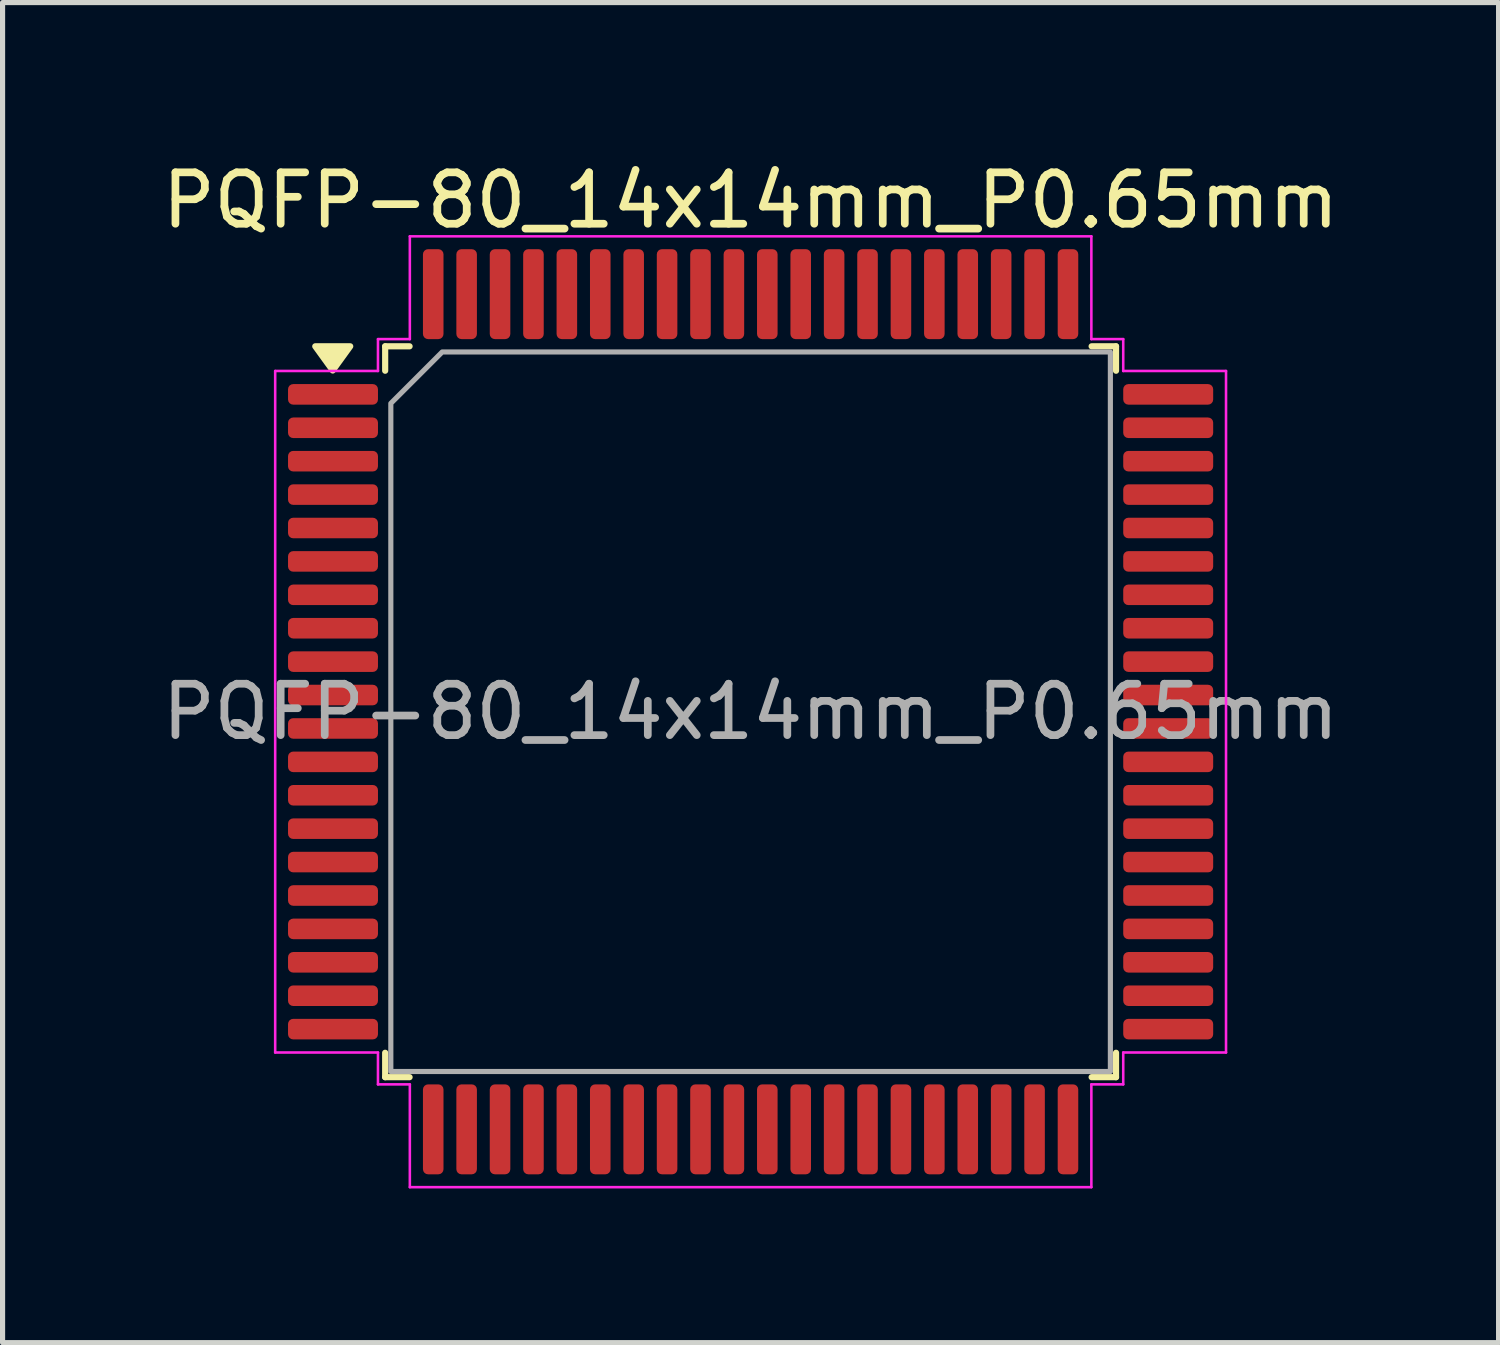
<source format=kicad_pcb>
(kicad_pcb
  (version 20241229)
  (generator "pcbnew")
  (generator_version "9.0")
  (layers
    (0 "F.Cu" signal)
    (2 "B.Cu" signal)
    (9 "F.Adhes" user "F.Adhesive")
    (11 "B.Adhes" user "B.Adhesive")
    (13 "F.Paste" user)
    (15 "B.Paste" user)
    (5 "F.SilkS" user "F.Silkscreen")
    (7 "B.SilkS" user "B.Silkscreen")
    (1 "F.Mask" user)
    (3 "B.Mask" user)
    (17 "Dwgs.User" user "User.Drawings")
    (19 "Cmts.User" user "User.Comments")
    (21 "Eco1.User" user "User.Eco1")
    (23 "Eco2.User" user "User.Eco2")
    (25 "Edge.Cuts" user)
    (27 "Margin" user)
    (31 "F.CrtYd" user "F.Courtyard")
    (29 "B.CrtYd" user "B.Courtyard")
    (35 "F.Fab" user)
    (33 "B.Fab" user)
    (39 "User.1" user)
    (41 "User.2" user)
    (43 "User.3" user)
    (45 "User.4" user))
  (footprint "PQFP-80_14x14mm_P0.65mm"
    (layer "F.Cu")
    (at 11.554 10.798)
    (property "Reference" "PQFP-80_14x14mm_P0.65mm" (at 0 -9.95 0) (layer "F.SilkS") (effects (font (size 1 1) (thickness 0.15))))
    (attr smd)
    (fp_line (start -7.11 -7.11) (end -6.635 -7.11) (stroke (width 0.12) (type solid)) (layer "F.SilkS"))
    (fp_line (start -7.11 -6.635) (end -7.11 -7.11) (stroke (width 0.12) (type solid)) (layer "F.SilkS"))
    (fp_line (start -7.11 7.11) (end -7.11 6.635) (stroke (width 0.12) (type solid)) (layer "F.SilkS"))
    (fp_line (start -6.635 7.11) (end -7.11 7.11) (stroke (width 0.12) (type solid)) (layer "F.SilkS"))
    (fp_line (start 6.635 -7.11) (end 7.11 -7.11) (stroke (width 0.12) (type solid)) (layer "F.SilkS"))
    (fp_line (start 7.11 -7.11) (end 7.11 -6.635) (stroke (width 0.12) (type solid)) (layer "F.SilkS"))
    (fp_line (start 7.11 6.635) (end 7.11 7.11) (stroke (width 0.12) (type solid)) (layer "F.SilkS"))
    (fp_line (start 7.11 7.11) (end 6.635 7.11) (stroke (width 0.12) (type solid)) (layer "F.SilkS"))
    (fp_poly (pts (xy -8.13 -6.64) (xy -8.47 -7.11) (xy -7.79 -7.11)) (stroke (width 0.12) (type solid)) (fill yes) (layer "F.SilkS"))
    (fp_line (start -9.25 -6.63) (end -7.25 -6.63) (stroke (width 0.05) (type solid)) (layer "F.CrtYd"))
    (fp_line (start -9.25 6.63) (end -9.25 -6.63) (stroke (width 0.05) (type solid)) (layer "F.CrtYd"))
    (fp_line (start -7.25 -7.25) (end -6.63 -7.25) (stroke (width 0.05) (type solid)) (layer "F.CrtYd"))
    (fp_line (start -7.25 -6.63) (end -7.25 -7.25) (stroke (width 0.05) (type solid)) (layer "F.CrtYd"))
    (fp_line (start -7.25 6.63) (end -9.25 6.63) (stroke (width 0.05) (type solid)) (layer "F.CrtYd"))
    (fp_line (start -7.25 7.25) (end -7.25 6.63) (stroke (width 0.05) (type solid)) (layer "F.CrtYd"))
    (fp_line (start -6.63 -9.25) (end 6.63 -9.25) (stroke (width 0.05) (type solid)) (layer "F.CrtYd"))
    (fp_line (start -6.63 -7.25) (end -6.63 -9.25) (stroke (width 0.05) (type solid)) (layer "F.CrtYd"))
    (fp_line (start -6.63 7.25) (end -7.25 7.25) (stroke (width 0.05) (type solid)) (layer "F.CrtYd"))
    (fp_line (start -6.63 9.25) (end -6.63 7.25) (stroke (width 0.05) (type solid)) (layer "F.CrtYd"))
    (fp_line (start 6.63 -9.25) (end 6.63 -7.25) (stroke (width 0.05) (type solid)) (layer "F.CrtYd"))
    (fp_line (start 6.63 -7.25) (end 7.25 -7.25) (stroke (width 0.05) (type solid)) (layer "F.CrtYd"))
    (fp_line (start 6.63 7.25) (end 6.63 9.25) (stroke (width 0.05) (type solid)) (layer "F.CrtYd"))
    (fp_line (start 6.63 9.25) (end -6.63 9.25) (stroke (width 0.05) (type solid)) (layer "F.CrtYd"))
    (fp_line (start 7.25 -7.25) (end 7.25 -6.63) (stroke (width 0.05) (type solid)) (layer "F.CrtYd"))
    (fp_line (start 7.25 -6.63) (end 9.25 -6.63) (stroke (width 0.05) (type solid)) (layer "F.CrtYd"))
    (fp_line (start 7.25 6.63) (end 7.25 7.25) (stroke (width 0.05) (type solid)) (layer "F.CrtYd"))
    (fp_line (start 7.25 7.25) (end 6.63 7.25) (stroke (width 0.05) (type solid)) (layer "F.CrtYd"))
    (fp_line (start 9.25 -6.63) (end 9.25 6.63) (stroke (width 0.05) (type solid)) (layer "F.CrtYd"))
    (fp_line (start 9.25 6.63) (end 7.25 6.63) (stroke (width 0.05) (type solid)) (layer "F.CrtYd"))
    (fp_poly (pts (xy -7 -6) (xy -7 7) (xy 7 7) (xy 7 -7) (xy -6 -7)) (stroke (width 0.1) (type solid)) (fill no) (layer "F.Fab"))
    (fp_text user "${REFERENCE}" (at 0 0 0) (layer "F.Fab") (effects (font (size 1 1) (thickness 0.15))))
    (pad "1" smd roundrect (at -8.125 -6.175) (size 1.75 0.4) (layers "F.Cu" "F.Mask" "F.Paste") (roundrect_rratio 0.25))
    (pad "2" smd roundrect (at -8.125 -5.525) (size 1.75 0.4) (layers "F.Cu" "F.Mask" "F.Paste") (roundrect_rratio 0.25))
    (pad "3" smd roundrect (at -8.125 -4.875) (size 1.75 0.4) (layers "F.Cu" "F.Mask" "F.Paste") (roundrect_rratio 0.25))
    (pad "4" smd roundrect (at -8.125 -4.225) (size 1.75 0.4) (layers "F.Cu" "F.Mask" "F.Paste") (roundrect_rratio 0.25))
    (pad "5" smd roundrect (at -8.125 -3.575) (size 1.75 0.4) (layers "F.Cu" "F.Mask" "F.Paste") (roundrect_rratio 0.25))
    (pad "6" smd roundrect (at -8.125 -2.925) (size 1.75 0.4) (layers "F.Cu" "F.Mask" "F.Paste") (roundrect_rratio 0.25))
    (pad "7" smd roundrect (at -8.125 -2.275) (size 1.75 0.4) (layers "F.Cu" "F.Mask" "F.Paste") (roundrect_rratio 0.25))
    (pad "8" smd roundrect (at -8.125 -1.625) (size 1.75 0.4) (layers "F.Cu" "F.Mask" "F.Paste") (roundrect_rratio 0.25))
    (pad "9" smd roundrect (at -8.125 -0.975) (size 1.75 0.4) (layers "F.Cu" "F.Mask" "F.Paste") (roundrect_rratio 0.25))
    (pad "10" smd roundrect (at -8.125 -0.325) (size 1.75 0.4) (layers "F.Cu" "F.Mask" "F.Paste") (roundrect_rratio 0.25))
    (pad "11" smd roundrect (at -8.125 0.325) (size 1.75 0.4) (layers "F.Cu" "F.Mask" "F.Paste") (roundrect_rratio 0.25))
    (pad "12" smd roundrect (at -8.125 0.975) (size 1.75 0.4) (layers "F.Cu" "F.Mask" "F.Paste") (roundrect_rratio 0.25))
    (pad "13" smd roundrect (at -8.125 1.625) (size 1.75 0.4) (layers "F.Cu" "F.Mask" "F.Paste") (roundrect_rratio 0.25))
    (pad "14" smd roundrect (at -8.125 2.275) (size 1.75 0.4) (layers "F.Cu" "F.Mask" "F.Paste") (roundrect_rratio 0.25))
    (pad "15" smd roundrect (at -8.125 2.925) (size 1.75 0.4) (layers "F.Cu" "F.Mask" "F.Paste") (roundrect_rratio 0.25))
    (pad "16" smd roundrect (at -8.125 3.575) (size 1.75 0.4) (layers "F.Cu" "F.Mask" "F.Paste") (roundrect_rratio 0.25))
    (pad "17" smd roundrect (at -8.125 4.225) (size 1.75 0.4) (layers "F.Cu" "F.Mask" "F.Paste") (roundrect_rratio 0.25))
    (pad "18" smd roundrect (at -8.125 4.875) (size 1.75 0.4) (layers "F.Cu" "F.Mask" "F.Paste") (roundrect_rratio 0.25))
    (pad "19" smd roundrect (at -8.125 5.525) (size 1.75 0.4) (layers "F.Cu" "F.Mask" "F.Paste") (roundrect_rratio 0.25))
    (pad "20" smd roundrect (at -8.125 6.175) (size 1.75 0.4) (layers "F.Cu" "F.Mask" "F.Paste") (roundrect_rratio 0.25))
    (pad "21" smd roundrect (at -6.175 8.125) (size 0.4 1.75) (layers "F.Cu" "F.Mask" "F.Paste") (roundrect_rratio 0.25))
    (pad "22" smd roundrect (at -5.525 8.125) (size 0.4 1.75) (layers "F.Cu" "F.Mask" "F.Paste") (roundrect_rratio 0.25))
    (pad "23" smd roundrect (at -4.875 8.125) (size 0.4 1.75) (layers "F.Cu" "F.Mask" "F.Paste") (roundrect_rratio 0.25))
    (pad "24" smd roundrect (at -4.225 8.125) (size 0.4 1.75) (layers "F.Cu" "F.Mask" "F.Paste") (roundrect_rratio 0.25))
    (pad "25" smd roundrect (at -3.575 8.125) (size 0.4 1.75) (layers "F.Cu" "F.Mask" "F.Paste") (roundrect_rratio 0.25))
    (pad "26" smd roundrect (at -2.925 8.125) (size 0.4 1.75) (layers "F.Cu" "F.Mask" "F.Paste") (roundrect_rratio 0.25))
    (pad "27" smd roundrect (at -2.275 8.125) (size 0.4 1.75) (layers "F.Cu" "F.Mask" "F.Paste") (roundrect_rratio 0.25))
    (pad "28" smd roundrect (at -1.625 8.125) (size 0.4 1.75) (layers "F.Cu" "F.Mask" "F.Paste") (roundrect_rratio 0.25))
    (pad "29" smd roundrect (at -0.975 8.125) (size 0.4 1.75) (layers "F.Cu" "F.Mask" "F.Paste") (roundrect_rratio 0.25))
    (pad "30" smd roundrect (at -0.325 8.125) (size 0.4 1.75) (layers "F.Cu" "F.Mask" "F.Paste") (roundrect_rratio 0.25))
    (pad "31" smd roundrect (at 0.325 8.125) (size 0.4 1.75) (layers "F.Cu" "F.Mask" "F.Paste") (roundrect_rratio 0.25))
    (pad "32" smd roundrect (at 0.975 8.125) (size 0.4 1.75) (layers "F.Cu" "F.Mask" "F.Paste") (roundrect_rratio 0.25))
    (pad "33" smd roundrect (at 1.625 8.125) (size 0.4 1.75) (layers "F.Cu" "F.Mask" "F.Paste") (roundrect_rratio 0.25))
    (pad "34" smd roundrect (at 2.275 8.125) (size 0.4 1.75) (layers "F.Cu" "F.Mask" "F.Paste") (roundrect_rratio 0.25))
    (pad "35" smd roundrect (at 2.925 8.125) (size 0.4 1.75) (layers "F.Cu" "F.Mask" "F.Paste") (roundrect_rratio 0.25))
    (pad "36" smd roundrect (at 3.575 8.125) (size 0.4 1.75) (layers "F.Cu" "F.Mask" "F.Paste") (roundrect_rratio 0.25))
    (pad "37" smd roundrect (at 4.225 8.125) (size 0.4 1.75) (layers "F.Cu" "F.Mask" "F.Paste") (roundrect_rratio 0.25))
    (pad "38" smd roundrect (at 4.875 8.125) (size 0.4 1.75) (layers "F.Cu" "F.Mask" "F.Paste") (roundrect_rratio 0.25))
    (pad "39" smd roundrect (at 5.525 8.125) (size 0.4 1.75) (layers "F.Cu" "F.Mask" "F.Paste") (roundrect_rratio 0.25))
    (pad "40" smd roundrect (at 6.175 8.125) (size 0.4 1.75) (layers "F.Cu" "F.Mask" "F.Paste") (roundrect_rratio 0.25))
    (pad "41" smd roundrect (at 8.125 6.175) (size 1.75 0.4) (layers "F.Cu" "F.Mask" "F.Paste") (roundrect_rratio 0.25))
    (pad "42" smd roundrect (at 8.125 5.525) (size 1.75 0.4) (layers "F.Cu" "F.Mask" "F.Paste") (roundrect_rratio 0.25))
    (pad "43" smd roundrect (at 8.125 4.875) (size 1.75 0.4) (layers "F.Cu" "F.Mask" "F.Paste") (roundrect_rratio 0.25))
    (pad "44" smd roundrect (at 8.125 4.225) (size 1.75 0.4) (layers "F.Cu" "F.Mask" "F.Paste") (roundrect_rratio 0.25))
    (pad "45" smd roundrect (at 8.125 3.575) (size 1.75 0.4) (layers "F.Cu" "F.Mask" "F.Paste") (roundrect_rratio 0.25))
    (pad "46" smd roundrect (at 8.125 2.925) (size 1.75 0.4) (layers "F.Cu" "F.Mask" "F.Paste") (roundrect_rratio 0.25))
    (pad "47" smd roundrect (at 8.125 2.275) (size 1.75 0.4) (layers "F.Cu" "F.Mask" "F.Paste") (roundrect_rratio 0.25))
    (pad "48" smd roundrect (at 8.125 1.625) (size 1.75 0.4) (layers "F.Cu" "F.Mask" "F.Paste") (roundrect_rratio 0.25))
    (pad "49" smd roundrect (at 8.125 0.975) (size 1.75 0.4) (layers "F.Cu" "F.Mask" "F.Paste") (roundrect_rratio 0.25))
    (pad "50" smd roundrect (at 8.125 0.325) (size 1.75 0.4) (layers "F.Cu" "F.Mask" "F.Paste") (roundrect_rratio 0.25))
    (pad "51" smd roundrect (at 8.125 -0.325) (size 1.75 0.4) (layers "F.Cu" "F.Mask" "F.Paste") (roundrect_rratio 0.25))
    (pad "52" smd roundrect (at 8.125 -0.975) (size 1.75 0.4) (layers "F.Cu" "F.Mask" "F.Paste") (roundrect_rratio 0.25))
    (pad "53" smd roundrect (at 8.125 -1.625) (size 1.75 0.4) (layers "F.Cu" "F.Mask" "F.Paste") (roundrect_rratio 0.25))
    (pad "54" smd roundrect (at 8.125 -2.275) (size 1.75 0.4) (layers "F.Cu" "F.Mask" "F.Paste") (roundrect_rratio 0.25))
    (pad "55" smd roundrect (at 8.125 -2.925) (size 1.75 0.4) (layers "F.Cu" "F.Mask" "F.Paste") (roundrect_rratio 0.25))
    (pad "56" smd roundrect (at 8.125 -3.575) (size 1.75 0.4) (layers "F.Cu" "F.Mask" "F.Paste") (roundrect_rratio 0.25))
    (pad "57" smd roundrect (at 8.125 -4.225) (size 1.75 0.4) (layers "F.Cu" "F.Mask" "F.Paste") (roundrect_rratio 0.25))
    (pad "58" smd roundrect (at 8.125 -4.875) (size 1.75 0.4) (layers "F.Cu" "F.Mask" "F.Paste") (roundrect_rratio 0.25))
    (pad "59" smd roundrect (at 8.125 -5.525) (size 1.75 0.4) (layers "F.Cu" "F.Mask" "F.Paste") (roundrect_rratio 0.25))
    (pad "60" smd roundrect (at 8.125 -6.175) (size 1.75 0.4) (layers "F.Cu" "F.Mask" "F.Paste") (roundrect_rratio 0.25))
    (pad "61" smd roundrect (at 6.175 -8.125) (size 0.4 1.75) (layers "F.Cu" "F.Mask" "F.Paste") (roundrect_rratio 0.25))
    (pad "62" smd roundrect (at 5.525 -8.125) (size 0.4 1.75) (layers "F.Cu" "F.Mask" "F.Paste") (roundrect_rratio 0.25))
    (pad "63" smd roundrect (at 4.875 -8.125) (size 0.4 1.75) (layers "F.Cu" "F.Mask" "F.Paste") (roundrect_rratio 0.25))
    (pad "64" smd roundrect (at 4.225 -8.125) (size 0.4 1.75) (layers "F.Cu" "F.Mask" "F.Paste") (roundrect_rratio 0.25))
    (pad "65" smd roundrect (at 3.575 -8.125) (size 0.4 1.75) (layers "F.Cu" "F.Mask" "F.Paste") (roundrect_rratio 0.25))
    (pad "66" smd roundrect (at 2.925 -8.125) (size 0.4 1.75) (layers "F.Cu" "F.Mask" "F.Paste") (roundrect_rratio 0.25))
    (pad "67" smd roundrect (at 2.275 -8.125) (size 0.4 1.75) (layers "F.Cu" "F.Mask" "F.Paste") (roundrect_rratio 0.25))
    (pad "68" smd roundrect (at 1.625 -8.125) (size 0.4 1.75) (layers "F.Cu" "F.Mask" "F.Paste") (roundrect_rratio 0.25))
    (pad "69" smd roundrect (at 0.975 -8.125) (size 0.4 1.75) (layers "F.Cu" "F.Mask" "F.Paste") (roundrect_rratio 0.25))
    (pad "70" smd roundrect (at 0.325 -8.125) (size 0.4 1.75) (layers "F.Cu" "F.Mask" "F.Paste") (roundrect_rratio 0.25))
    (pad "71" smd roundrect (at -0.325 -8.125) (size 0.4 1.75) (layers "F.Cu" "F.Mask" "F.Paste") (roundrect_rratio 0.25))
    (pad "72" smd roundrect (at -0.975 -8.125) (size 0.4 1.75) (layers "F.Cu" "F.Mask" "F.Paste") (roundrect_rratio 0.25))
    (pad "73" smd roundrect (at -1.625 -8.125) (size 0.4 1.75) (layers "F.Cu" "F.Mask" "F.Paste") (roundrect_rratio 0.25))
    (pad "74" smd roundrect (at -2.275 -8.125) (size 0.4 1.75) (layers "F.Cu" "F.Mask" "F.Paste") (roundrect_rratio 0.25))
    (pad "75" smd roundrect (at -2.925 -8.125) (size 0.4 1.75) (layers "F.Cu" "F.Mask" "F.Paste") (roundrect_rratio 0.25))
    (pad "76" smd roundrect (at -3.575 -8.125) (size 0.4 1.75) (layers "F.Cu" "F.Mask" "F.Paste") (roundrect_rratio 0.25))
    (pad "77" smd roundrect (at -4.225 -8.125) (size 0.4 1.75) (layers "F.Cu" "F.Mask" "F.Paste") (roundrect_rratio 0.25))
    (pad "78" smd roundrect (at -4.875 -8.125) (size 0.4 1.75) (layers "F.Cu" "F.Mask" "F.Paste") (roundrect_rratio 0.25))
    (pad "79" smd roundrect (at -5.525 -8.125) (size 0.4 1.75) (layers "F.Cu" "F.Mask" "F.Paste") (roundrect_rratio 0.25))
    (pad "80" smd roundrect (at -6.175 -8.125) (size 0.4 1.75) (layers "F.Cu" "F.Mask" "F.Paste") (roundrect_rratio 0.25)))
  (gr_rect
    (start -3 -3)
    (end 26.107 23.073)
    (stroke (width 0.1) (type default))
    (fill no)
    (layer "Edge.Cuts")))
</source>
